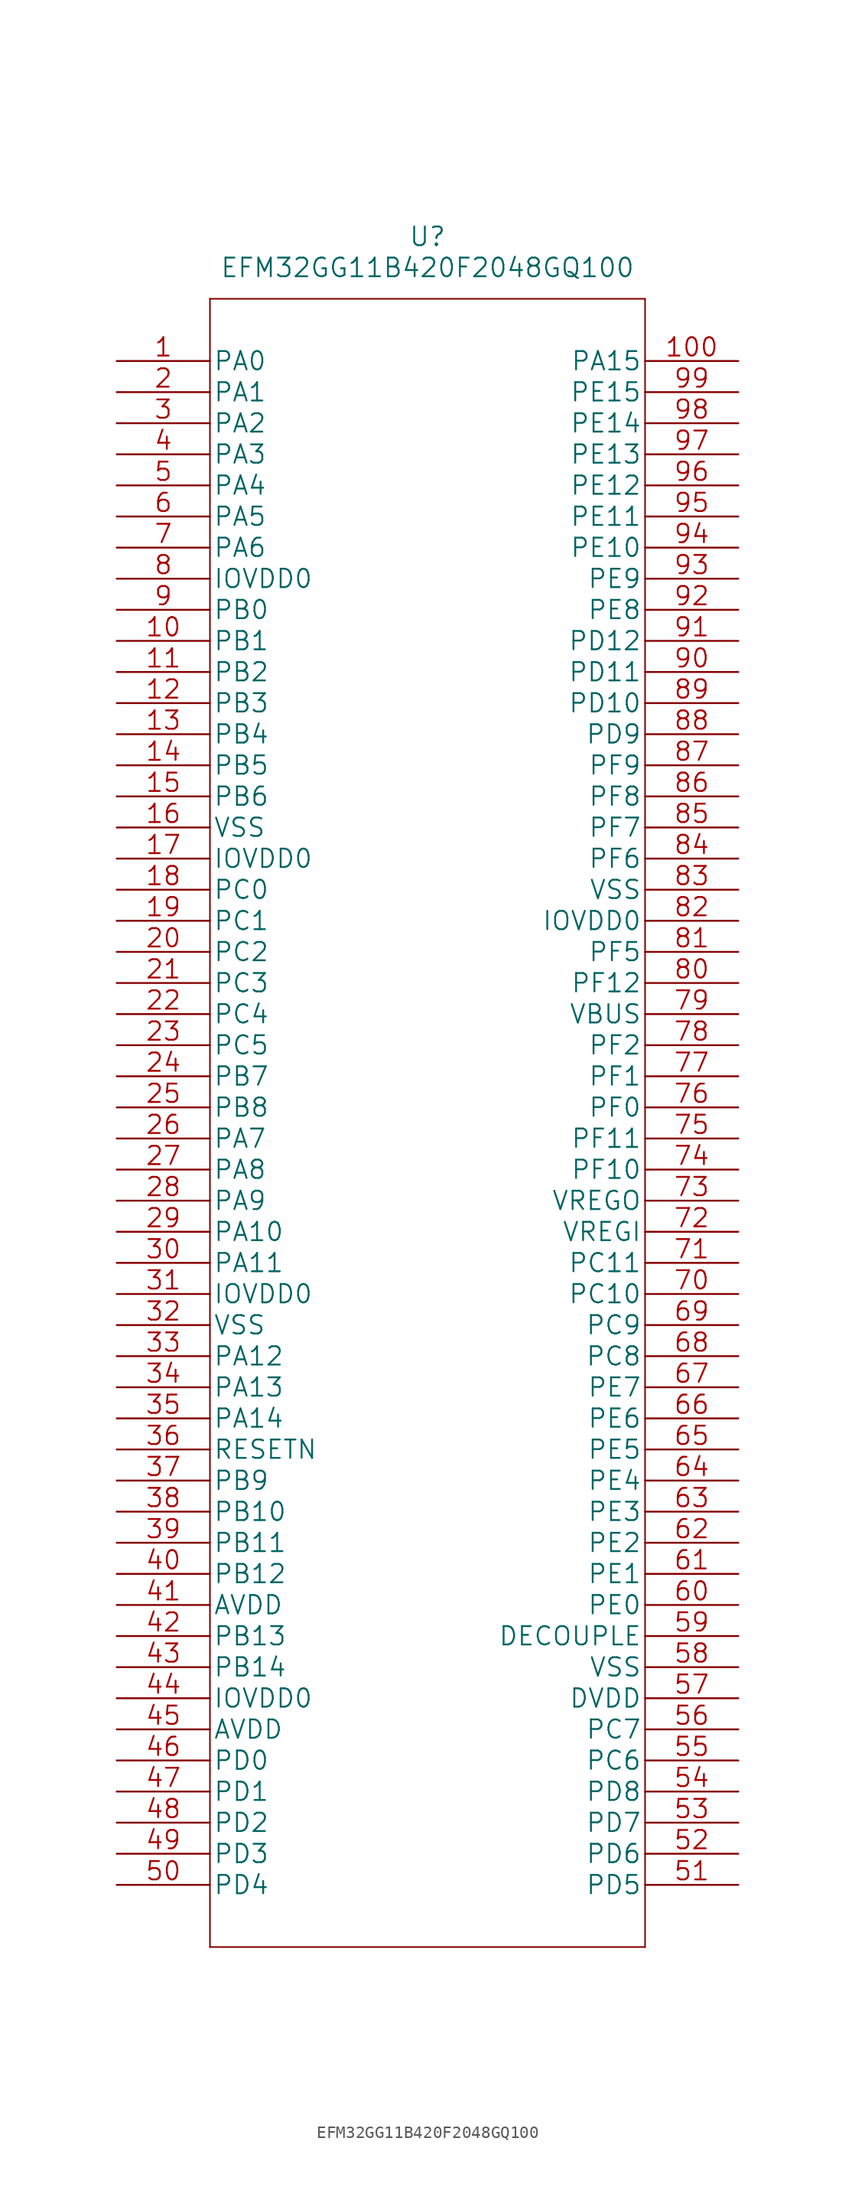
<source format=kicad_sym>
(kicad_symbol_lib
  (version 20220914)
  (generator kicad_symbol_editor)
  (symbol "EFM32GG11B420F2048GQ100"
    (pin_names
      (offset 0.254))
    (property "Reference" "U"
      (at 25.4 10.16 0)
      (effects (font (size 1.524 1.524))))
    (property "Value" "EFM32GG11B420F2048GQ100"
      (at 25.4 7.62 0)
      (effects (font (size 1.524 1.524))))
    (property "Datasheet" ""
      (at 0 0 0)
      (effects (font (size 1.524 1.524))))
    (property "ki_locked" ""
      (at 0 0 0)
      (effects (font (size 1.27 1.27))))
    (symbol "EFM32GG11B420F2048GQ100_1_1"
      (polyline (pts (xy 7.62 -129.54) (xy 43.18 -129.54)) (stroke (width 0.127) (type solid)) (fill (type none)))
      (polyline (pts (xy 7.62 5.08) (xy 7.62 -129.54)) (stroke (width 0.127) (type solid)) (fill (type none)))
      (polyline (pts (xy 43.18 -129.54) (xy 43.18 5.08)) (stroke (width 0.127) (type solid)) (fill (type none)))
      (polyline (pts (xy 43.18 5.08) (xy 7.62 5.08)) (stroke (width 0.127) (type solid)) (fill (type none)))
      (pin bidirectional line (at 0 0 0) (length 7.62) (name "PA0" (effects (font (size 1.499 1.499)))) (number "1" (effects (font (size 1.499 1.499)))))
      (pin bidirectional line (at 0 -22.86 0) (length 7.62) (name "PB1" (effects (font (size 1.499 1.499)))) (number "10" (effects (font (size 1.499 1.499)))))
      (pin bidirectional line (at 50.8 0 180) (length 7.62) (name "PA15" (effects (font (size 1.499 1.499)))) (number "100" (effects (font (size 1.499 1.499)))))
      (pin bidirectional line (at 0 -25.4 0) (length 7.62) (name "PB2" (effects (font (size 1.499 1.499)))) (number "11" (effects (font (size 1.499 1.499)))))
      (pin bidirectional line (at 0 -27.94 0) (length 7.62) (name "PB3" (effects (font (size 1.499 1.499)))) (number "12" (effects (font (size 1.499 1.499)))))
      (pin bidirectional line (at 0 -30.48 0) (length 7.62) (name "PB4" (effects (font (size 1.499 1.499)))) (number "13" (effects (font (size 1.499 1.499)))))
      (pin bidirectional line (at 0 -33.02 0) (length 7.62) (name "PB5" (effects (font (size 1.499 1.499)))) (number "14" (effects (font (size 1.499 1.499)))))
      (pin bidirectional line (at 0 -35.56 0) (length 7.62) (name "PB6" (effects (font (size 1.499 1.499)))) (number "15" (effects (font (size 1.499 1.499)))))
      (pin power_in line (at 0 -38.1 0) (length 7.62) (name "VSS" (effects (font (size 1.499 1.499)))) (number "16" (effects (font (size 1.499 1.499)))))
      (pin power_in line (at 0 -40.64 0) (length 7.62) (name "IOVDD0" (effects (font (size 1.499 1.499)))) (number "17" (effects (font (size 1.499 1.499)))))
      (pin bidirectional line (at 0 -43.18 0) (length 7.62) (name "PC0" (effects (font (size 1.499 1.499)))) (number "18" (effects (font (size 1.499 1.499)))))
      (pin bidirectional line (at 0 -45.72 0) (length 7.62) (name "PC1" (effects (font (size 1.499 1.499)))) (number "19" (effects (font (size 1.499 1.499)))))
      (pin bidirectional line (at 0 -2.54 0) (length 7.62) (name "PA1" (effects (font (size 1.499 1.499)))) (number "2" (effects (font (size 1.499 1.499)))))
      (pin bidirectional line (at 0 -48.26 0) (length 7.62) (name "PC2" (effects (font (size 1.499 1.499)))) (number "20" (effects (font (size 1.499 1.499)))))
      (pin bidirectional line (at 0 -50.8 0) (length 7.62) (name "PC3" (effects (font (size 1.499 1.499)))) (number "21" (effects (font (size 1.499 1.499)))))
      (pin bidirectional line (at 0 -53.34 0) (length 7.62) (name "PC4" (effects (font (size 1.499 1.499)))) (number "22" (effects (font (size 1.499 1.499)))))
      (pin bidirectional line (at 0 -55.88 0) (length 7.62) (name "PC5" (effects (font (size 1.499 1.499)))) (number "23" (effects (font (size 1.499 1.499)))))
      (pin bidirectional line (at 0 -58.42 0) (length 7.62) (name "PB7" (effects (font (size 1.499 1.499)))) (number "24" (effects (font (size 1.499 1.499)))))
      (pin bidirectional line (at 0 -60.96 0) (length 7.62) (name "PB8" (effects (font (size 1.499 1.499)))) (number "25" (effects (font (size 1.499 1.499)))))
      (pin bidirectional line (at 0 -63.5 0) (length 7.62) (name "PA7" (effects (font (size 1.499 1.499)))) (number "26" (effects (font (size 1.499 1.499)))))
      (pin bidirectional line (at 0 -66.04 0) (length 7.62) (name "PA8" (effects (font (size 1.499 1.499)))) (number "27" (effects (font (size 1.499 1.499)))))
      (pin bidirectional line (at 0 -68.58 0) (length 7.62) (name "PA9" (effects (font (size 1.499 1.499)))) (number "28" (effects (font (size 1.499 1.499)))))
      (pin bidirectional line (at 0 -71.12 0) (length 7.62) (name "PA10" (effects (font (size 1.499 1.499)))) (number "29" (effects (font (size 1.499 1.499)))))
      (pin bidirectional line (at 0 -5.08 0) (length 7.62) (name "PA2" (effects (font (size 1.499 1.499)))) (number "3" (effects (font (size 1.499 1.499)))))
      (pin bidirectional line (at 0 -73.66 0) (length 7.62) (name "PA11" (effects (font (size 1.499 1.499)))) (number "30" (effects (font (size 1.499 1.499)))))
      (pin power_in line (at 0 -76.2 0) (length 7.62) (name "IOVDD0" (effects (font (size 1.499 1.499)))) (number "31" (effects (font (size 1.499 1.499)))))
      (pin power_in line (at 0 -78.74 0) (length 7.62) (name "VSS" (effects (font (size 1.499 1.499)))) (number "32" (effects (font (size 1.499 1.499)))))
      (pin bidirectional line (at 0 -81.28 0) (length 7.62) (name "PA12" (effects (font (size 1.499 1.499)))) (number "33" (effects (font (size 1.499 1.499)))))
      (pin bidirectional line (at 0 -83.82 0) (length 7.62) (name "PA13" (effects (font (size 1.499 1.499)))) (number "34" (effects (font (size 1.499 1.499)))))
      (pin bidirectional line (at 0 -86.36 0) (length 7.62) (name "PA14" (effects (font (size 1.499 1.499)))) (number "35" (effects (font (size 1.499 1.499)))))
      (pin input line (at 0 -88.9 0) (length 7.62) (name "RESETN" (effects (font (size 1.499 1.499)))) (number "36" (effects (font (size 1.499 1.499)))))
      (pin bidirectional line (at 0 -91.44 0) (length 7.62) (name "PB9" (effects (font (size 1.499 1.499)))) (number "37" (effects (font (size 1.499 1.499)))))
      (pin bidirectional line (at 0 -93.98 0) (length 7.62) (name "PB10" (effects (font (size 1.499 1.499)))) (number "38" (effects (font (size 1.499 1.499)))))
      (pin bidirectional line (at 0 -96.52 0) (length 7.62) (name "PB11" (effects (font (size 1.499 1.499)))) (number "39" (effects (font (size 1.499 1.499)))))
      (pin bidirectional line (at 0 -7.62 0) (length 7.62) (name "PA3" (effects (font (size 1.499 1.499)))) (number "4" (effects (font (size 1.499 1.499)))))
      (pin bidirectional line (at 0 -99.06 0) (length 7.62) (name "PB12" (effects (font (size 1.499 1.499)))) (number "40" (effects (font (size 1.499 1.499)))))
      (pin power_in line (at 0 -101.6 0) (length 7.62) (name "AVDD" (effects (font (size 1.499 1.499)))) (number "41" (effects (font (size 1.499 1.499)))))
      (pin bidirectional line (at 0 -104.14 0) (length 7.62) (name "PB13" (effects (font (size 1.499 1.499)))) (number "42" (effects (font (size 1.499 1.499)))))
      (pin bidirectional line (at 0 -106.68 0) (length 7.62) (name "PB14" (effects (font (size 1.499 1.499)))) (number "43" (effects (font (size 1.499 1.499)))))
      (pin power_in line (at 0 -109.22 0) (length 7.62) (name "IOVDD0" (effects (font (size 1.499 1.499)))) (number "44" (effects (font (size 1.499 1.499)))))
      (pin power_in line (at 0 -111.76 0) (length 7.62) (name "AVDD" (effects (font (size 1.499 1.499)))) (number "45" (effects (font (size 1.499 1.499)))))
      (pin bidirectional line (at 0 -114.3 0) (length 7.62) (name "PD0" (effects (font (size 1.499 1.499)))) (number "46" (effects (font (size 1.499 1.499)))))
      (pin bidirectional line (at 0 -116.84 0) (length 7.62) (name "PD1" (effects (font (size 1.499 1.499)))) (number "47" (effects (font (size 1.499 1.499)))))
      (pin bidirectional line (at 0 -119.38 0) (length 7.62) (name "PD2" (effects (font (size 1.499 1.499)))) (number "48" (effects (font (size 1.499 1.499)))))
      (pin bidirectional line (at 0 -121.92 0) (length 7.62) (name "PD3" (effects (font (size 1.499 1.499)))) (number "49" (effects (font (size 1.499 1.499)))))
      (pin bidirectional line (at 0 -10.16 0) (length 7.62) (name "PA4" (effects (font (size 1.499 1.499)))) (number "5" (effects (font (size 1.499 1.499)))))
      (pin bidirectional line (at 0 -124.46 0) (length 7.62) (name "PD4" (effects (font (size 1.499 1.499)))) (number "50" (effects (font (size 1.499 1.499)))))
      (pin bidirectional line (at 50.8 -124.46 180) (length 7.62) (name "PD5" (effects (font (size 1.499 1.499)))) (number "51" (effects (font (size 1.499 1.499)))))
      (pin bidirectional line (at 50.8 -121.92 180) (length 7.62) (name "PD6" (effects (font (size 1.499 1.499)))) (number "52" (effects (font (size 1.499 1.499)))))
      (pin bidirectional line (at 50.8 -119.38 180) (length 7.62) (name "PD7" (effects (font (size 1.499 1.499)))) (number "53" (effects (font (size 1.499 1.499)))))
      (pin bidirectional line (at 50.8 -116.84 180) (length 7.62) (name "PD8" (effects (font (size 1.499 1.499)))) (number "54" (effects (font (size 1.499 1.499)))))
      (pin bidirectional line (at 50.8 -114.3 180) (length 7.62) (name "PC6" (effects (font (size 1.499 1.499)))) (number "55" (effects (font (size 1.499 1.499)))))
      (pin bidirectional line (at 50.8 -111.76 180) (length 7.62) (name "PC7" (effects (font (size 1.499 1.499)))) (number "56" (effects (font (size 1.499 1.499)))))
      (pin power_in line (at 50.8 -109.22 180) (length 7.62) (name "DVDD" (effects (font (size 1.499 1.499)))) (number "57" (effects (font (size 1.499 1.499)))))
      (pin power_in line (at 50.8 -106.68 180) (length 7.62) (name "VSS" (effects (font (size 1.499 1.499)))) (number "58" (effects (font (size 1.499 1.499)))))
      (pin output line (at 50.8 -104.14 180) (length 7.62) (name "DECOUPLE" (effects (font (size 1.499 1.499)))) (number "59" (effects (font (size 1.499 1.499)))))
      (pin bidirectional line (at 0 -12.7 0) (length 7.62) (name "PA5" (effects (font (size 1.499 1.499)))) (number "6" (effects (font (size 1.499 1.499)))))
      (pin bidirectional line (at 50.8 -101.6 180) (length 7.62) (name "PE0" (effects (font (size 1.499 1.499)))) (number "60" (effects (font (size 1.499 1.499)))))
      (pin bidirectional line (at 50.8 -99.06 180) (length 7.62) (name "PE1" (effects (font (size 1.499 1.499)))) (number "61" (effects (font (size 1.499 1.499)))))
      (pin bidirectional line (at 50.8 -96.52 180) (length 7.62) (name "PE2" (effects (font (size 1.499 1.499)))) (number "62" (effects (font (size 1.499 1.499)))))
      (pin bidirectional line (at 50.8 -93.98 180) (length 7.62) (name "PE3" (effects (font (size 1.499 1.499)))) (number "63" (effects (font (size 1.499 1.499)))))
      (pin bidirectional line (at 50.8 -91.44 180) (length 7.62) (name "PE4" (effects (font (size 1.499 1.499)))) (number "64" (effects (font (size 1.499 1.499)))))
      (pin bidirectional line (at 50.8 -88.9 180) (length 7.62) (name "PE5" (effects (font (size 1.499 1.499)))) (number "65" (effects (font (size 1.499 1.499)))))
      (pin bidirectional line (at 50.8 -86.36 180) (length 7.62) (name "PE6" (effects (font (size 1.499 1.499)))) (number "66" (effects (font (size 1.499 1.499)))))
      (pin bidirectional line (at 50.8 -83.82 180) (length 7.62) (name "PE7" (effects (font (size 1.499 1.499)))) (number "67" (effects (font (size 1.499 1.499)))))
      (pin bidirectional line (at 50.8 -81.28 180) (length 7.62) (name "PC8" (effects (font (size 1.499 1.499)))) (number "68" (effects (font (size 1.499 1.499)))))
      (pin bidirectional line (at 50.8 -78.74 180) (length 7.62) (name "PC9" (effects (font (size 1.499 1.499)))) (number "69" (effects (font (size 1.499 1.499)))))
      (pin bidirectional line (at 0 -15.24 0) (length 7.62) (name "PA6" (effects (font (size 1.499 1.499)))) (number "7" (effects (font (size 1.499 1.499)))))
      (pin bidirectional line (at 50.8 -76.2 180) (length 7.62) (name "PC10" (effects (font (size 1.499 1.499)))) (number "70" (effects (font (size 1.499 1.499)))))
      (pin bidirectional line (at 50.8 -73.66 180) (length 7.62) (name "PC11" (effects (font (size 1.499 1.499)))) (number "71" (effects (font (size 1.499 1.499)))))
      (pin input line (at 50.8 -71.12 180) (length 7.62) (name "VREGI" (effects (font (size 1.499 1.499)))) (number "72" (effects (font (size 1.499 1.499)))))
      (pin output line (at 50.8 -68.58 180) (length 7.62) (name "VREGO" (effects (font (size 1.499 1.499)))) (number "73" (effects (font (size 1.499 1.499)))))
      (pin bidirectional line (at 50.8 -66.04 180) (length 7.62) (name "PF10" (effects (font (size 1.499 1.499)))) (number "74" (effects (font (size 1.499 1.499)))))
      (pin bidirectional line (at 50.8 -63.5 180) (length 7.62) (name "PF11" (effects (font (size 1.499 1.499)))) (number "75" (effects (font (size 1.499 1.499)))))
      (pin bidirectional line (at 50.8 -60.96 180) (length 7.62) (name "PF0" (effects (font (size 1.499 1.499)))) (number "76" (effects (font (size 1.499 1.499)))))
      (pin bidirectional line (at 50.8 -58.42 180) (length 7.62) (name "PF1" (effects (font (size 1.499 1.499)))) (number "77" (effects (font (size 1.499 1.499)))))
      (pin bidirectional line (at 50.8 -55.88 180) (length 7.62) (name "PF2" (effects (font (size 1.499 1.499)))) (number "78" (effects (font (size 1.499 1.499)))))
      (pin power_in line (at 50.8 -53.34 180) (length 7.62) (name "VBUS" (effects (font (size 1.499 1.499)))) (number "79" (effects (font (size 1.499 1.499)))))
      (pin power_in line (at 0 -17.78 0) (length 7.62) (name "IOVDD0" (effects (font (size 1.499 1.499)))) (number "8" (effects (font (size 1.499 1.499)))))
      (pin bidirectional line (at 50.8 -50.8 180) (length 7.62) (name "PF12" (effects (font (size 1.499 1.499)))) (number "80" (effects (font (size 1.499 1.499)))))
      (pin bidirectional line (at 50.8 -48.26 180) (length 7.62) (name "PF5" (effects (font (size 1.499 1.499)))) (number "81" (effects (font (size 1.499 1.499)))))
      (pin power_in line (at 50.8 -45.72 180) (length 7.62) (name "IOVDD0" (effects (font (size 1.499 1.499)))) (number "82" (effects (font (size 1.499 1.499)))))
      (pin power_in line (at 50.8 -43.18 180) (length 7.62) (name "VSS" (effects (font (size 1.499 1.499)))) (number "83" (effects (font (size 1.499 1.499)))))
      (pin bidirectional line (at 50.8 -40.64 180) (length 7.62) (name "PF6" (effects (font (size 1.499 1.499)))) (number "84" (effects (font (size 1.499 1.499)))))
      (pin bidirectional line (at 50.8 -38.1 180) (length 7.62) (name "PF7" (effects (font (size 1.499 1.499)))) (number "85" (effects (font (size 1.499 1.499)))))
      (pin bidirectional line (at 50.8 -35.56 180) (length 7.62) (name "PF8" (effects (font (size 1.499 1.499)))) (number "86" (effects (font (size 1.499 1.499)))))
      (pin bidirectional line (at 50.8 -33.02 180) (length 7.62) (name "PF9" (effects (font (size 1.499 1.499)))) (number "87" (effects (font (size 1.499 1.499)))))
      (pin bidirectional line (at 50.8 -30.48 180) (length 7.62) (name "PD9" (effects (font (size 1.499 1.499)))) (number "88" (effects (font (size 1.499 1.499)))))
      (pin bidirectional line (at 50.8 -27.94 180) (length 7.62) (name "PD10" (effects (font (size 1.499 1.499)))) (number "89" (effects (font (size 1.499 1.499)))))
      (pin bidirectional line (at 0 -20.32 0) (length 7.62) (name "PB0" (effects (font (size 1.499 1.499)))) (number "9" (effects (font (size 1.499 1.499)))))
      (pin bidirectional line (at 50.8 -25.4 180) (length 7.62) (name "PD11" (effects (font (size 1.499 1.499)))) (number "90" (effects (font (size 1.499 1.499)))))
      (pin bidirectional line (at 50.8 -22.86 180) (length 7.62) (name "PD12" (effects (font (size 1.499 1.499)))) (number "91" (effects (font (size 1.499 1.499)))))
      (pin bidirectional line (at 50.8 -20.32 180) (length 7.62) (name "PE8" (effects (font (size 1.499 1.499)))) (number "92" (effects (font (size 1.499 1.499)))))
      (pin bidirectional line (at 50.8 -17.78 180) (length 7.62) (name "PE9" (effects (font (size 1.499 1.499)))) (number "93" (effects (font (size 1.499 1.499)))))
      (pin bidirectional line (at 50.8 -15.24 180) (length 7.62) (name "PE10" (effects (font (size 1.499 1.499)))) (number "94" (effects (font (size 1.499 1.499)))))
      (pin bidirectional line (at 50.8 -12.7 180) (length 7.62) (name "PE11" (effects (font (size 1.499 1.499)))) (number "95" (effects (font (size 1.499 1.499)))))
      (pin bidirectional line (at 50.8 -10.16 180) (length 7.62) (name "PE12" (effects (font (size 1.499 1.499)))) (number "96" (effects (font (size 1.499 1.499)))))
      (pin bidirectional line (at 50.8 -7.62 180) (length 7.62) (name "PE13" (effects (font (size 1.499 1.499)))) (number "97" (effects (font (size 1.499 1.499)))))
      (pin bidirectional line (at 50.8 -5.08 180) (length 7.62) (name "PE14" (effects (font (size 1.499 1.499)))) (number "98" (effects (font (size 1.499 1.499)))))
      (pin bidirectional line (at 50.8 -2.54 180) (length 7.62) (name "PE15" (effects (font (size 1.499 1.499)))) (number "99" (effects (font (size 1.499 1.499))))))))
</source>
